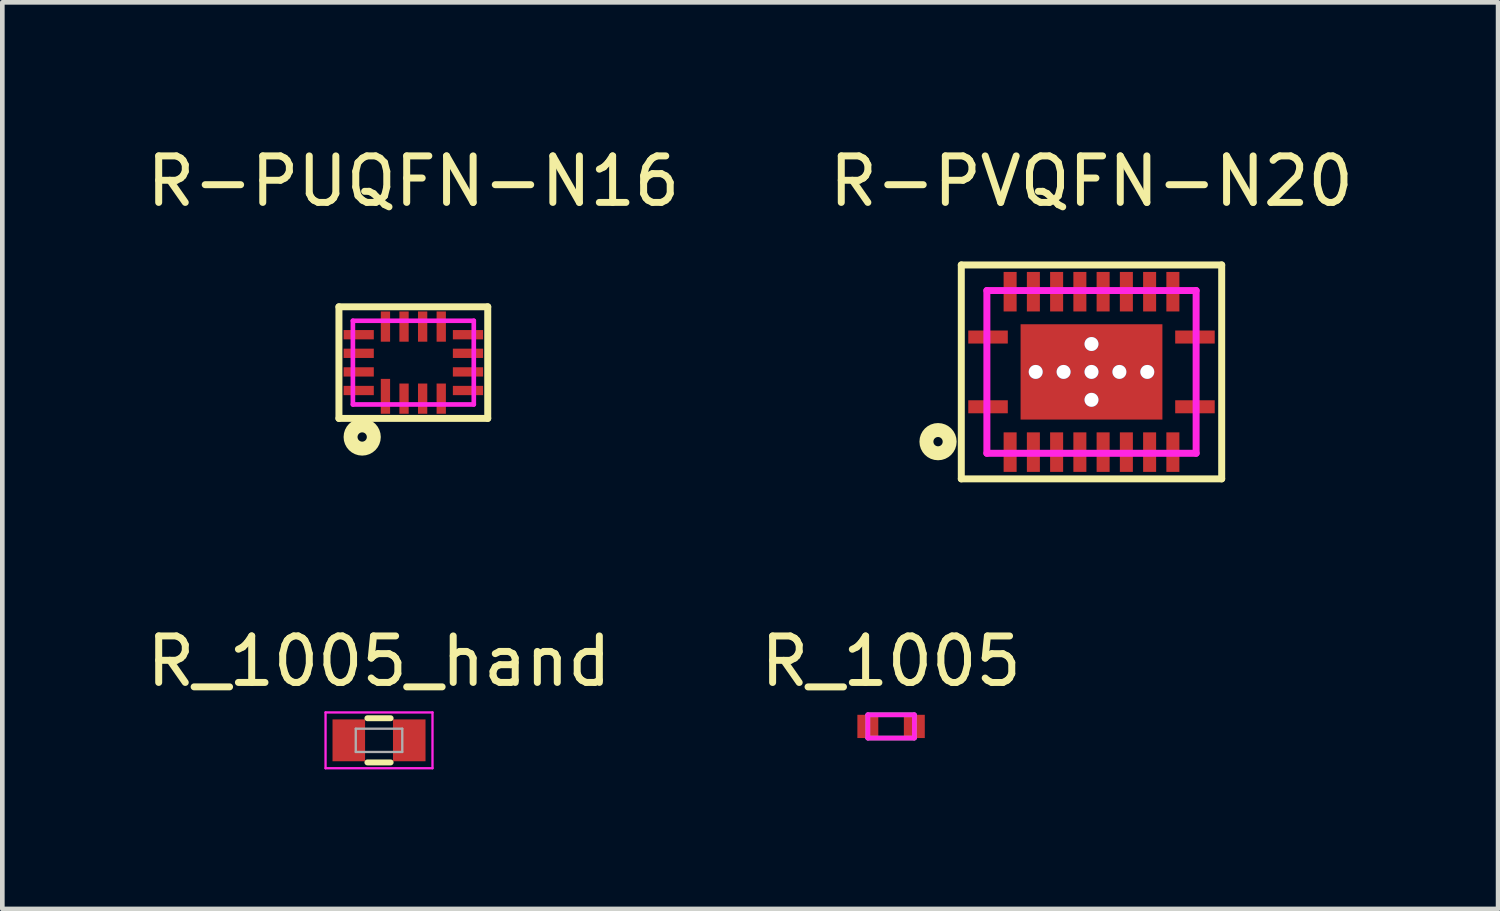
<source format=kicad_pcb>
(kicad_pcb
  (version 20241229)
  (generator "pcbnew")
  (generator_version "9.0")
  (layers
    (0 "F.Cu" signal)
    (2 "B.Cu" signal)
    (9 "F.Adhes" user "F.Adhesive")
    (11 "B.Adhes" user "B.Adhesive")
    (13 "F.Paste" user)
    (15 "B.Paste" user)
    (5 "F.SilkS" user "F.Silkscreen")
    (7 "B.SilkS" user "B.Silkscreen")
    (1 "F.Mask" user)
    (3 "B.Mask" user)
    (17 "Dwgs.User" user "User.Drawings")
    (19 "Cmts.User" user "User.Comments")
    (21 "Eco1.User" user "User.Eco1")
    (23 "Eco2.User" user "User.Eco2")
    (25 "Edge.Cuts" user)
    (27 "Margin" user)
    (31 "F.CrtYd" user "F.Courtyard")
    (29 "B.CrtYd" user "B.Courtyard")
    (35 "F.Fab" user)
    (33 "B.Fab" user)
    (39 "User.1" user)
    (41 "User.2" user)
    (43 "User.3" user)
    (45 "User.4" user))
  (footprint "R_1005"
    (layer "F.Cu")
    (at 16.113 12.572)
    (property "Reference" "R_1005" (at 0 -1.4 0) (layer "F.SilkS") (effects (font (size 1 1) (thickness 0.15))))
    (attr smd)
    (fp_line (start -0.5 -0.25) (end 0.5 -0.25) (stroke (width 0.1) (type solid)) (layer "F.CrtYd"))
    (fp_line (start -0.5 0.25) (end -0.5 -0.25) (stroke (width 0.1) (type solid)) (layer "F.CrtYd"))
    (fp_line (start 0.5 -0.25) (end 0.5 0.25) (stroke (width 0.1) (type solid)) (layer "F.CrtYd"))
    (fp_line (start 0.5 0.25) (end -0.5 0.25) (stroke (width 0.1) (type solid)) (layer "F.CrtYd"))
    (fp_line (start -0.5 -0.25) (end 0.5 -0.25) (stroke (width 0.1) (type solid)) (layer "F.Fab"))
    (fp_line (start -0.5 0.25) (end -0.5 -0.25) (stroke (width 0.1) (type solid)) (layer "F.Fab"))
    (fp_line (start 0.5 -0.25) (end 0.5 0.25) (stroke (width 0.1) (type solid)) (layer "F.Fab"))
    (fp_line (start 0.5 0.25) (end -0.5 0.25) (stroke (width 0.1) (type solid)) (layer "F.Fab"))
    (pad "1" smd rect (at -0.5 0) (size 0.45 0.5) (layers "F.Cu" "F.Mask" "F.Paste"))
    (pad "2" smd rect (at 0.5 0) (size 0.45 0.5) (layers "F.Cu" "F.Mask" "F.Paste")))
  (footprint "R-PVQFN-N20"
    (layer "F.Cu")
    (at 20.423 4.948)
    (property "Reference" "R-PVQFN-N20" (at 0 -4.1 0) (layer "F.SilkS") (effects (font (size 1 1) (thickness 0.15))))
    (attr through_hole)
    (fp_line (start -2.8 -2.3) (end -2.8 2.3) (stroke (width 0.15) (type solid)) (layer "F.SilkS"))
    (fp_line (start -2.8 -2.3) (end 2.8 -2.3) (stroke (width 0.15) (type solid)) (layer "F.SilkS"))
    (fp_line (start -2.8 2.3) (end 2.8 2.3) (stroke (width 0.15) (type solid)) (layer "F.SilkS"))
    (fp_line (start 2.8 -2.3) (end 2.8 2.3) (stroke (width 0.15) (type solid)) (layer "F.SilkS"))
    (fp_circle (center -3.3 1.5) (end -3.3 1.6) (stroke (width 0.3) (type solid)) (fill no) (layer "F.SilkS"))
    (fp_line (start -2.25 -1.75) (end 2.25 -1.75) (stroke (width 0.15) (type solid)) (layer "F.CrtYd"))
    (fp_line (start -2.25 1.75) (end -2.25 -1.75) (stroke (width 0.15) (type solid)) (layer "F.CrtYd"))
    (fp_line (start 2.25 -1.75) (end 2.25 1.75) (stroke (width 0.15) (type solid)) (layer "F.CrtYd"))
    (fp_line (start 2.25 1.75) (end -2.25 1.75) (stroke (width 0.15) (type solid)) (layer "F.CrtYd"))
    (pad "" smd rect (at -1.75 -1.725) (size 0.25 0.85) (layers "F.Paste"))
    (pad "" smd rect (at -1.75 1.725) (size 0.25 0.85) (layers "F.Paste"))
    (pad "" smd rect (at -1.25 -1.725) (size 0.25 0.85) (layers "F.Paste"))
    (pad "" smd rect (at -1.25 1.725) (size 0.25 0.85) (layers "F.Paste"))
    (pad "" smd rect (at -0.81 -0.56) (size 1.32 0.82) (layers "F.Paste"))
    (pad "" smd rect (at -0.81 0.56) (size 1.32 0.82) (layers "F.Paste"))
    (pad "" smd rect (at -0.75 -1.725) (size 0.25 0.85) (layers "F.Paste"))
    (pad "" smd rect (at -0.75 1.725) (size 0.25 0.85) (layers "F.Paste"))
    (pad "" smd rect (at -0.25 -1.725) (size 0.25 0.85) (layers "F.Paste"))
    (pad "" smd rect (at -0.25 1.725) (size 0.25 0.85) (layers "F.Paste"))
    (pad "" smd rect (at 0.25 -1.725) (size 0.25 0.85) (layers "F.Paste"))
    (pad "" smd rect (at 0.25 1.725) (size 0.25 0.85) (layers "F.Paste"))
    (pad "" smd rect (at 0.75 -1.725) (size 0.25 0.85) (layers "F.Paste"))
    (pad "" smd rect (at 0.75 1.725) (size 0.25 0.85) (layers "F.Paste"))
    (pad "" smd rect (at 0.81 -0.56) (size 1.32 0.82) (layers "F.Paste"))
    (pad "" smd rect (at 0.81 0.56) (size 1.32 0.82) (layers "F.Paste"))
    (pad "" smd rect (at 1.25 -1.725) (size 0.25 0.85) (layers "F.Paste"))
    (pad "" smd rect (at 1.25 1.725) (size 0.25 0.85) (layers "F.Paste"))
    (pad "" smd rect (at 1.75 -1.725) (size 0.25 0.85) (layers "F.Paste"))
    (pad "" smd rect (at 1.75 1.725) (size 0.25 0.85) (layers "F.Paste"))
    (pad "1" smd rect (at -2.225 0.75) (size 0.85 0.28) (layers "F.Cu" "F.Mask" "F.Paste"))
    (pad "2" smd rect (at -1.75 1.725) (size 0.28 0.85) (layers "F.Cu" "F.Mask"))
    (pad "3" smd rect (at -1.25 1.725) (size 0.28 0.85) (layers "F.Cu" "F.Mask"))
    (pad "4" smd rect (at -0.75 1.725) (size 0.28 0.85) (layers "F.Cu" "F.Mask"))
    (pad "5" smd rect (at -0.25 1.725) (size 0.28 0.85) (layers "F.Cu" "F.Mask"))
    (pad "6" smd rect (at 0.25 1.725) (size 0.28 0.85) (layers "F.Cu" "F.Mask"))
    (pad "7" smd rect (at 0.75 1.725) (size 0.28 0.85) (layers "F.Cu" "F.Mask"))
    (pad "8" smd rect (at 1.25 1.725) (size 0.28 0.85) (layers "F.Cu" "F.Mask"))
    (pad "9" smd rect (at 1.75 1.725) (size 0.28 0.85) (layers "F.Cu" "F.Mask"))
    (pad "10" smd rect (at 2.225 0.75) (size 0.85 0.28) (layers "F.Cu" "F.Mask" "F.Paste"))
    (pad "11" smd rect (at 2.225 -0.75) (size 0.85 0.28) (layers "F.Cu" "F.Mask" "F.Paste"))
    (pad "12" smd rect (at 1.75 -1.725) (size 0.28 0.85) (layers "F.Cu" "F.Mask"))
    (pad "13" smd rect (at 1.25 -1.725) (size 0.28 0.85) (layers "F.Cu" "F.Mask"))
    (pad "14" smd rect (at 0.75 -1.725) (size 0.28 0.85) (layers "F.Cu" "F.Mask"))
    (pad "15" smd rect (at 0.25 -1.725) (size 0.28 0.85) (layers "F.Cu" "F.Mask"))
    (pad "16" smd rect (at -0.25 -1.725) (size 0.28 0.85) (layers "F.Cu" "F.Mask"))
    (pad "17" smd rect (at -0.75 -1.725) (size 0.28 0.85) (layers "F.Cu" "F.Mask"))
    (pad "18" smd rect (at -1.25 -1.725) (size 0.28 0.85) (layers "F.Cu" "F.Mask"))
    (pad "19" smd rect (at -1.75 -1.725) (size 0.28 0.85) (layers "F.Cu" "F.Mask"))
    (pad "20" smd rect (at -2.225 -0.75) (size 0.85 0.28) (layers "F.Cu" "F.Mask" "F.Paste"))
    (pad "21" thru_hole circle (at -1.2 0) (size 0.3 0.3) (drill 0.3) (layers "*.Cu" "*.Mask"))
    (pad "21" thru_hole circle (at -0.6 0) (size 0.3 0.3) (drill 0.3) (layers "*.Cu" "*.Mask"))
    (pad "21" thru_hole circle (at 0 -0.6) (size 0.3 0.3) (drill 0.3) (layers "*.Cu" "*.Mask"))
    (pad "21" thru_hole circle (at 0 0) (size 0.3 0.3) (drill 0.3) (layers "*.Cu" "*.Mask"))
    (pad "21" smd rect (at 0 0) (size 3.05 2.05) (layers "F.Cu" "F.Mask"))
    (pad "21" thru_hole circle (at 0 0.6) (size 0.3 0.3) (drill 0.3) (layers "*.Cu" "*.Mask"))
    (pad "21" thru_hole circle (at 0.6 0) (size 0.3 0.3) (drill 0.3) (layers "*.Cu" "*.Mask"))
    (pad "21" thru_hole circle (at 1.2 0) (size 0.3 0.3) (drill 0.3) (layers "*.Cu" "*.Mask")))
  (footprint "R_1005_hand"
    (layer "F.Cu")
    (at 5.101 12.871)
    (property "Reference" "R_1005_hand" (at 0 -1.7 0) (layer "F.SilkS") (effects (font (size 1 1) (thickness 0.15))))
    (attr smd)
    (fp_line (start -0.25 0.475) (end 0.25 0.475) (stroke (width 0.127) (type solid)) (layer "F.SilkS"))
    (fp_line (start 0.25 -0.475) (end -0.25 -0.475) (stroke (width 0.127) (type solid)) (layer "F.SilkS"))
    (fp_line (start -1.15 -0.6) (end -1.15 0.6) (stroke (width 0.05) (type solid)) (layer "F.CrtYd"))
    (fp_line (start -1.15 -0.6) (end 1.15 -0.6) (stroke (width 0.05) (type solid)) (layer "F.CrtYd"))
    (fp_line (start -1.15 0.6) (end 1.15 0.6) (stroke (width 0.05) (type solid)) (layer "F.CrtYd"))
    (fp_line (start 1.15 -0.6) (end 1.15 0.6) (stroke (width 0.05) (type solid)) (layer "F.CrtYd"))
    (fp_line (start -0.5 -0.25) (end 0.5 -0.25) (stroke (width 0.05) (type solid)) (layer "F.Fab"))
    (fp_line (start -0.5 0.25) (end -0.5 -0.25) (stroke (width 0.05) (type solid)) (layer "F.Fab"))
    (fp_line (start 0.5 -0.25) (end 0.5 0.25) (stroke (width 0.05) (type solid)) (layer "F.Fab"))
    (fp_line (start 0.5 0.25) (end -0.5 0.25) (stroke (width 0.05) (type solid)) (layer "F.Fab"))
    (pad "1" smd rect (at -0.65 0) (size 0.7 0.9) (layers "F.Cu" "F.Mask" "F.Paste"))
    (pad "2" smd rect (at 0.65 0) (size 0.7 0.9) (layers "F.Cu" "F.Mask" "F.Paste")))
  (footprint "R-PUQFN-N16"
    (layer "F.Cu")
    (at 5.839 4.748)
    (property "Reference" "R-PUQFN-N16" (at 0 -3.9 0) (layer "F.SilkS") (effects (font (size 1 1) (thickness 0.15))))
    (attr through_hole)
    (fp_line (start -1.6 -1.2) (end -1.6 1.2) (stroke (width 0.15) (type solid)) (layer "F.SilkS"))
    (fp_line (start -1.6 1.2) (end 1.6 1.2) (stroke (width 0.15) (type solid)) (layer "F.SilkS"))
    (fp_line (start 1.6 -1.2) (end -1.6 -1.2) (stroke (width 0.15) (type solid)) (layer "F.SilkS"))
    (fp_line (start 1.6 1.2) (end 1.6 -1.2) (stroke (width 0.15) (type solid)) (layer "F.SilkS"))
    (fp_circle (center -1.1 1.6) (end -1.1 1.7) (stroke (width 0.3) (type solid)) (fill no) (layer "F.SilkS"))
    (fp_line (start -1.3 -0.9) (end 1.3 -0.9) (stroke (width 0.1) (type solid)) (layer "F.CrtYd"))
    (fp_line (start -1.3 0.9) (end -1.3 -0.9) (stroke (width 0.1) (type solid)) (layer "F.CrtYd"))
    (fp_line (start 1.3 -0.9) (end 1.3 0.9) (stroke (width 0.1) (type solid)) (layer "F.CrtYd"))
    (fp_line (start 1.3 0.9) (end -1.3 0.9) (stroke (width 0.1) (type solid)) (layer "F.CrtYd"))
    (pad "" smd rect (at -1.175 -0.6) (size 0.65 0.18) (layers "F.Paste"))
    (pad "" smd rect (at -1.175 -0.2) (size 0.65 0.18) (layers "F.Paste"))
    (pad "" smd rect (at -1.175 0.2) (size 0.65 0.18) (layers "F.Paste"))
    (pad "" smd rect (at -1.175 0.6) (size 0.65 0.18) (layers "F.Paste"))
    (pad "" smd rect (at -0.6 -0.775) (size 0.18 0.65) (layers "F.Paste"))
    (pad "" smd rect (at -0.6 0.725) (size 0.18 0.75) (layers "F.Paste"))
    (pad "" smd rect (at -0.2 -0.775) (size 0.18 0.65) (layers "F.Paste"))
    (pad "" smd rect (at -0.2 0.775) (size 0.18 0.65) (layers "F.Paste"))
    (pad "" smd rect (at 0.2 -0.775) (size 0.18 0.65) (layers "F.Paste"))
    (pad "" smd rect (at 0.2 0.775) (size 0.18 0.65) (layers "F.Paste"))
    (pad "" smd rect (at 0.6 -0.775) (size 0.18 0.65) (layers "F.Paste"))
    (pad "" smd rect (at 0.6 0.775) (size 0.18 0.65) (layers "F.Paste"))
    (pad "" smd rect (at 1.175 -0.6) (size 0.65 0.18) (layers "F.Paste"))
    (pad "" smd rect (at 1.175 -0.2) (size 0.65 0.18) (layers "F.Paste"))
    (pad "" smd rect (at 1.175 0.2) (size 0.65 0.18) (layers "F.Paste"))
    (pad "" smd rect (at 1.175 0.6) (size 0.65 0.18) (layers "F.Paste"))
    (pad "1" smd rect (at -0.6 0.725) (size 0.2 0.75) (layers "F.Cu" "F.Mask"))
    (pad "2" smd rect (at -0.2 0.775) (size 0.2 0.65) (layers "F.Cu" "F.Mask"))
    (pad "3" smd rect (at 0.2 0.775) (size 0.2 0.65) (layers "F.Cu" "F.Mask"))
    (pad "4" smd rect (at 0.6 0.775) (size 0.2 0.65) (layers "F.Cu" "F.Mask"))
    (pad "5" smd rect (at 1.175 0.6) (size 0.65 0.2) (layers "F.Cu" "F.Mask"))
    (pad "6" smd rect (at 1.175 0.2) (size 0.65 0.2) (layers "F.Cu" "F.Mask"))
    (pad "7" smd rect (at 1.175 -0.2) (size 0.65 0.2) (layers "F.Cu" "F.Mask"))
    (pad "8" smd rect (at 1.175 -0.6) (size 0.65 0.2) (layers "F.Cu" "F.Mask"))
    (pad "9" smd rect (at 0.6 -0.775) (size 0.2 0.65) (layers "F.Cu" "F.Mask"))
    (pad "10" smd rect (at 0.2 -0.775) (size 0.2 0.65) (layers "F.Cu" "F.Mask"))
    (pad "11" smd rect (at -0.2 -0.775) (size 0.2 0.65) (layers "F.Cu" "F.Mask"))
    (pad "12" smd rect (at -0.6 -0.775) (size 0.2 0.65) (layers "F.Cu" "F.Mask"))
    (pad "13" smd rect (at -1.175 -0.6) (size 0.65 0.2) (layers "F.Cu" "F.Mask"))
    (pad "14" smd rect (at -1.175 -0.2) (size 0.65 0.2) (layers "F.Cu" "F.Mask"))
    (pad "15" smd rect (at -1.175 0.2) (size 0.65 0.2) (layers "F.Cu" "F.Mask"))
    (pad "16" smd rect (at -1.175 0.6) (size 0.65 0.2) (layers "F.Cu" "F.Mask")))
  (gr_rect
    (start -3 -3)
    (end 29.167 16.497)
    (stroke (width 0.1) (type default))
    (fill no)
    (layer "Edge.Cuts")))
</source>
